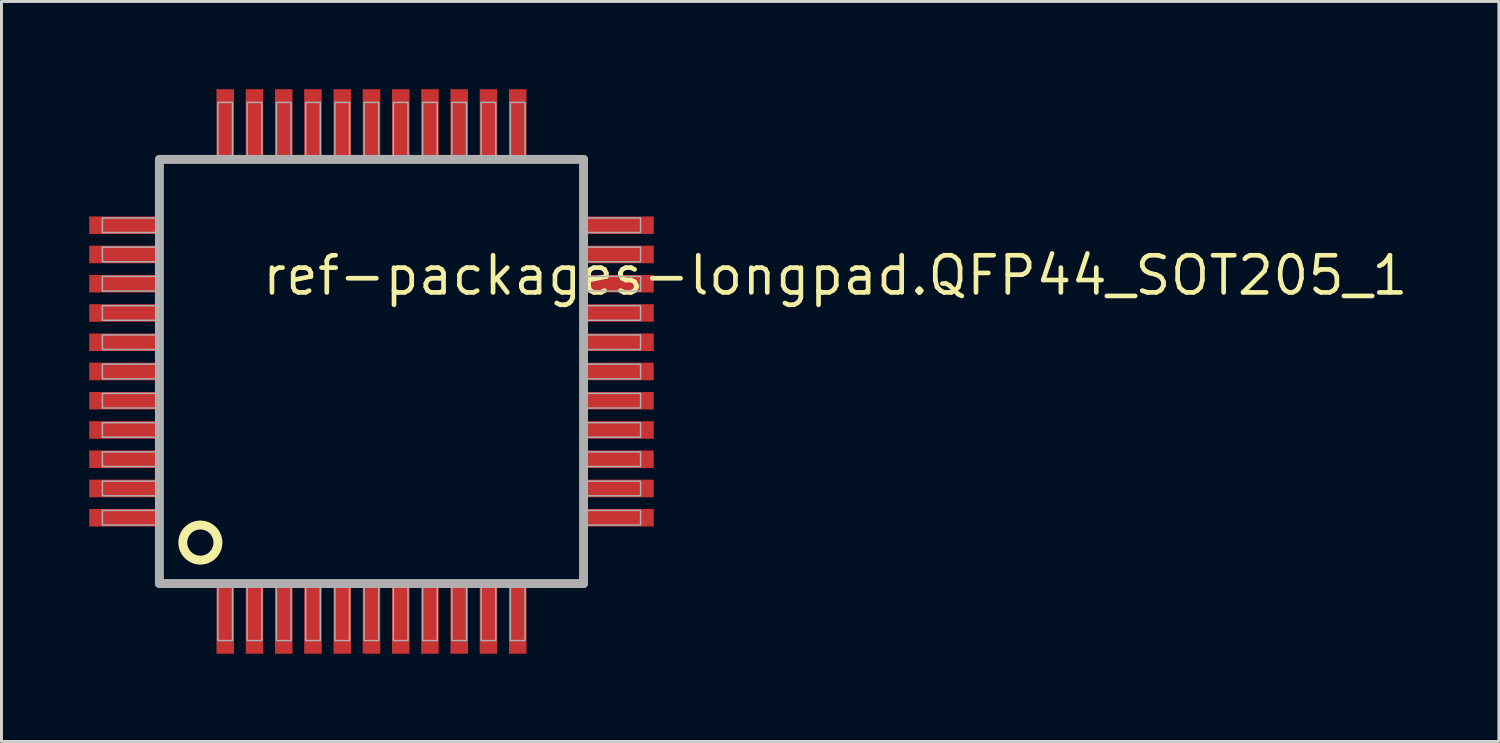
<source format=kicad_pcb>
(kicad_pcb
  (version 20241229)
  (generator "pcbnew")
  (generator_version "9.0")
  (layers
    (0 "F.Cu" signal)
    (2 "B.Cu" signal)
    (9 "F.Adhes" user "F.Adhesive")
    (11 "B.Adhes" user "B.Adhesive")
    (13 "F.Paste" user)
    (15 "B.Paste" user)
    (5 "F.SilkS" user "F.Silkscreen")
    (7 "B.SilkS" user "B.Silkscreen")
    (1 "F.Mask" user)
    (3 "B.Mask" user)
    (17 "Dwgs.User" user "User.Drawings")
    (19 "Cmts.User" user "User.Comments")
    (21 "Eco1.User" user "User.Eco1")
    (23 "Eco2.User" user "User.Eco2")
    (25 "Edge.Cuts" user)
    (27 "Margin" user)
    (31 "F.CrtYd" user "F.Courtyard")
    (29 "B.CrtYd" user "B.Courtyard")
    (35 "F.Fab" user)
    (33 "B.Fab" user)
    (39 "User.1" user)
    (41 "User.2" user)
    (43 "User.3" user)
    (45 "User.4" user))
  (footprint "ref-packages-longpad.QFP44_SOT205_1"
    (layer "F.Cu")
    (at 9.65 9.65)
    (property "Reference" "ref-packages-longpad.QFP44_SOT205_1" (at -3.81 -2.54 0) (layer "F.SilkS") (effects (font (size 1.27 1.27) (thickness 0.16)) (justify left bottom)))
    (attr smd)
    (fp_circle (center -5.85 5.85) (end -5.25 5.85) (stroke (width 0.305) (type default)) (fill no) (layer "F.SilkS"))
    (fp_line (start -7.25 -7.25) (end 7.25 -7.25) (stroke (width 0.305) (type default)) (layer "F.Fab"))
    (fp_line (start -7.25 7.25) (end -7.25 -7.25) (stroke (width 0.305) (type default)) (layer "F.Fab"))
    (fp_line (start 7.25 -7.25) (end 7.25 7.25) (stroke (width 0.305) (type default)) (layer "F.Fab"))
    (fp_line (start 7.25 7.25) (end -7.25 7.25) (stroke (width 0.305) (type default)) (layer "F.Fab"))
    (fp_rect (start -9.2 -4.75) (end -7.35 -5.25) (stroke (width 0.05) (type default)) (fill no) (layer "F.Fab"))
    (fp_rect (start -9.2 -3.75) (end -7.35 -4.25) (stroke (width 0.05) (type default)) (fill no) (layer "F.Fab"))
    (fp_rect (start -9.2 -2.75) (end -7.35 -3.25) (stroke (width 0.05) (type default)) (fill no) (layer "F.Fab"))
    (fp_rect (start -9.2 -1.75) (end -7.35 -2.25) (stroke (width 0.05) (type default)) (fill no) (layer "F.Fab"))
    (fp_rect (start -9.2 -0.75) (end -7.35 -1.25) (stroke (width 0.05) (type default)) (fill no) (layer "F.Fab"))
    (fp_rect (start -9.2 0.25) (end -7.35 -0.25) (stroke (width 0.05) (type default)) (fill no) (layer "F.Fab"))
    (fp_rect (start -9.2 1.25) (end -7.35 0.75) (stroke (width 0.05) (type default)) (fill no) (layer "F.Fab"))
    (fp_rect (start -9.2 2.25) (end -7.35 1.75) (stroke (width 0.05) (type default)) (fill no) (layer "F.Fab"))
    (fp_rect (start -9.2 3.25) (end -7.35 2.75) (stroke (width 0.05) (type default)) (fill no) (layer "F.Fab"))
    (fp_rect (start -9.2 4.25) (end -7.35 3.75) (stroke (width 0.05) (type default)) (fill no) (layer "F.Fab"))
    (fp_rect (start -9.2 5.25) (end -7.35 4.75) (stroke (width 0.05) (type default)) (fill no) (layer "F.Fab"))
    (fp_rect (start -5.25 -7.35) (end -4.75 -9.2) (stroke (width 0.05) (type default)) (fill no) (layer "F.Fab"))
    (fp_rect (start -5.25 9.2) (end -4.75 7.35) (stroke (width 0.05) (type default)) (fill no) (layer "F.Fab"))
    (fp_rect (start -4.25 -7.35) (end -3.75 -9.2) (stroke (width 0.05) (type default)) (fill no) (layer "F.Fab"))
    (fp_rect (start -4.25 9.2) (end -3.75 7.35) (stroke (width 0.05) (type default)) (fill no) (layer "F.Fab"))
    (fp_rect (start -3.25 -7.35) (end -2.75 -9.2) (stroke (width 0.05) (type default)) (fill no) (layer "F.Fab"))
    (fp_rect (start -3.25 9.2) (end -2.75 7.35) (stroke (width 0.05) (type default)) (fill no) (layer "F.Fab"))
    (fp_rect (start -2.25 -7.35) (end -1.75 -9.2) (stroke (width 0.05) (type default)) (fill no) (layer "F.Fab"))
    (fp_rect (start -2.25 9.2) (end -1.75 7.35) (stroke (width 0.05) (type default)) (fill no) (layer "F.Fab"))
    (fp_rect (start -1.25 -7.35) (end -0.75 -9.2) (stroke (width 0.05) (type default)) (fill no) (layer "F.Fab"))
    (fp_rect (start -1.25 9.2) (end -0.75 7.35) (stroke (width 0.05) (type default)) (fill no) (layer "F.Fab"))
    (fp_rect (start -0.25 -7.35) (end 0.25 -9.2) (stroke (width 0.05) (type default)) (fill no) (layer "F.Fab"))
    (fp_rect (start -0.25 9.2) (end 0.25 7.35) (stroke (width 0.05) (type default)) (fill no) (layer "F.Fab"))
    (fp_rect (start 0.75 -7.35) (end 1.25 -9.2) (stroke (width 0.05) (type default)) (fill no) (layer "F.Fab"))
    (fp_rect (start 0.75 9.2) (end 1.25 7.35) (stroke (width 0.05) (type default)) (fill no) (layer "F.Fab"))
    (fp_rect (start 1.75 -7.35) (end 2.25 -9.2) (stroke (width 0.05) (type default)) (fill no) (layer "F.Fab"))
    (fp_rect (start 1.75 9.2) (end 2.25 7.35) (stroke (width 0.05) (type default)) (fill no) (layer "F.Fab"))
    (fp_rect (start 2.75 -7.35) (end 3.25 -9.2) (stroke (width 0.05) (type default)) (fill no) (layer "F.Fab"))
    (fp_rect (start 2.75 9.2) (end 3.25 7.35) (stroke (width 0.05) (type default)) (fill no) (layer "F.Fab"))
    (fp_rect (start 3.75 -7.35) (end 4.25 -9.2) (stroke (width 0.05) (type default)) (fill no) (layer "F.Fab"))
    (fp_rect (start 3.75 9.2) (end 4.25 7.35) (stroke (width 0.05) (type default)) (fill no) (layer "F.Fab"))
    (fp_rect (start 4.75 -7.35) (end 5.25 -9.2) (stroke (width 0.05) (type default)) (fill no) (layer "F.Fab"))
    (fp_rect (start 4.75 9.2) (end 5.25 7.35) (stroke (width 0.05) (type default)) (fill no) (layer "F.Fab"))
    (fp_rect (start 7.35 -4.75) (end 9.2 -5.25) (stroke (width 0.05) (type default)) (fill no) (layer "F.Fab"))
    (fp_rect (start 7.35 -3.75) (end 9.2 -4.25) (stroke (width 0.05) (type default)) (fill no) (layer "F.Fab"))
    (fp_rect (start 7.35 -2.75) (end 9.2 -3.25) (stroke (width 0.05) (type default)) (fill no) (layer "F.Fab"))
    (fp_rect (start 7.35 -1.75) (end 9.2 -2.25) (stroke (width 0.05) (type default)) (fill no) (layer "F.Fab"))
    (fp_rect (start 7.35 -0.75) (end 9.2 -1.25) (stroke (width 0.05) (type default)) (fill no) (layer "F.Fab"))
    (fp_rect (start 7.35 0.25) (end 9.2 -0.25) (stroke (width 0.05) (type default)) (fill no) (layer "F.Fab"))
    (fp_rect (start 7.35 1.25) (end 9.2 0.75) (stroke (width 0.05) (type default)) (fill no) (layer "F.Fab"))
    (fp_rect (start 7.35 2.25) (end 9.2 1.75) (stroke (width 0.05) (type default)) (fill no) (layer "F.Fab"))
    (fp_rect (start 7.35 3.25) (end 9.2 2.75) (stroke (width 0.05) (type default)) (fill no) (layer "F.Fab"))
    (fp_rect (start 7.35 4.25) (end 9.2 3.75) (stroke (width 0.05) (type default)) (fill no) (layer "F.Fab"))
    (fp_rect (start 7.35 5.25) (end 9.2 4.75) (stroke (width 0.05) (type default)) (fill no) (layer "F.Fab"))
    (pad "1" smd roundrect (at -5 8.5) (size 0.6 2.3) (layers "F.Cu" "F.Mask" "F.Paste") (roundrect_rratio 0.01))
    (pad "2" smd roundrect (at -4 8.5) (size 0.6 2.3) (layers "F.Cu" "F.Mask" "F.Paste") (roundrect_rratio 0.01))
    (pad "3" smd roundrect (at -3 8.5) (size 0.6 2.3) (layers "F.Cu" "F.Mask" "F.Paste") (roundrect_rratio 0.01))
    (pad "4" smd roundrect (at -2 8.5) (size 0.6 2.3) (layers "F.Cu" "F.Mask" "F.Paste") (roundrect_rratio 0.01))
    (pad "5" smd roundrect (at -1 8.5) (size 0.6 2.3) (layers "F.Cu" "F.Mask" "F.Paste") (roundrect_rratio 0.01))
    (pad "6" smd roundrect (at 0 8.5) (size 0.6 2.3) (layers "F.Cu" "F.Mask" "F.Paste") (roundrect_rratio 0.01))
    (pad "7" smd roundrect (at 1 8.5) (size 0.6 2.3) (layers "F.Cu" "F.Mask" "F.Paste") (roundrect_rratio 0.01))
    (pad "8" smd roundrect (at 2 8.5) (size 0.6 2.3) (layers "F.Cu" "F.Mask" "F.Paste") (roundrect_rratio 0.01))
    (pad "9" smd roundrect (at 3 8.5) (size 0.6 2.3) (layers "F.Cu" "F.Mask" "F.Paste") (roundrect_rratio 0.01))
    (pad "10" smd roundrect (at 4 8.5) (size 0.6 2.3) (layers "F.Cu" "F.Mask" "F.Paste") (roundrect_rratio 0.01))
    (pad "11" smd roundrect (at 5 8.5) (size 0.6 2.3) (layers "F.Cu" "F.Mask" "F.Paste") (roundrect_rratio 0.01))
    (pad "12" smd roundrect (at 8.5 5) (size 2.3 0.6) (layers "F.Cu" "F.Mask" "F.Paste") (roundrect_rratio 0.01))
    (pad "13" smd roundrect (at 8.5 4) (size 2.3 0.6) (layers "F.Cu" "F.Mask" "F.Paste") (roundrect_rratio 0.01))
    (pad "14" smd roundrect (at 8.5 3) (size 2.3 0.6) (layers "F.Cu" "F.Mask" "F.Paste") (roundrect_rratio 0.01))
    (pad "15" smd roundrect (at 8.5 2) (size 2.3 0.6) (layers "F.Cu" "F.Mask" "F.Paste") (roundrect_rratio 0.01))
    (pad "16" smd roundrect (at 8.5 1) (size 2.3 0.6) (layers "F.Cu" "F.Mask" "F.Paste") (roundrect_rratio 0.01))
    (pad "17" smd roundrect (at 8.5 0) (size 2.3 0.6) (layers "F.Cu" "F.Mask" "F.Paste") (roundrect_rratio 0.01))
    (pad "18" smd roundrect (at 8.5 -1) (size 2.3 0.6) (layers "F.Cu" "F.Mask" "F.Paste") (roundrect_rratio 0.01))
    (pad "19" smd roundrect (at 8.5 -2) (size 2.3 0.6) (layers "F.Cu" "F.Mask" "F.Paste") (roundrect_rratio 0.01))
    (pad "20" smd roundrect (at 8.5 -3) (size 2.3 0.6) (layers "F.Cu" "F.Mask" "F.Paste") (roundrect_rratio 0.01))
    (pad "21" smd roundrect (at 8.5 -4) (size 2.3 0.6) (layers "F.Cu" "F.Mask" "F.Paste") (roundrect_rratio 0.01))
    (pad "22" smd roundrect (at 8.5 -5) (size 2.3 0.6) (layers "F.Cu" "F.Mask" "F.Paste") (roundrect_rratio 0.01))
    (pad "23" smd roundrect (at 5 -8.5) (size 0.6 2.3) (layers "F.Cu" "F.Mask" "F.Paste") (roundrect_rratio 0.01))
    (pad "24" smd roundrect (at 4 -8.5) (size 0.6 2.3) (layers "F.Cu" "F.Mask" "F.Paste") (roundrect_rratio 0.01))
    (pad "25" smd roundrect (at 3 -8.5) (size 0.6 2.3) (layers "F.Cu" "F.Mask" "F.Paste") (roundrect_rratio 0.01))
    (pad "26" smd roundrect (at 2 -8.5) (size 0.6 2.3) (layers "F.Cu" "F.Mask" "F.Paste") (roundrect_rratio 0.01))
    (pad "27" smd roundrect (at 1 -8.5) (size 0.6 2.3) (layers "F.Cu" "F.Mask" "F.Paste") (roundrect_rratio 0.01))
    (pad "28" smd roundrect (at 0 -8.5) (size 0.6 2.3) (layers "F.Cu" "F.Mask" "F.Paste") (roundrect_rratio 0.01))
    (pad "29" smd roundrect (at -1 -8.5) (size 0.6 2.3) (layers "F.Cu" "F.Mask" "F.Paste") (roundrect_rratio 0.01))
    (pad "30" smd roundrect (at -2 -8.5) (size 0.6 2.3) (layers "F.Cu" "F.Mask" "F.Paste") (roundrect_rratio 0.01))
    (pad "31" smd roundrect (at -3 -8.5) (size 0.6 2.3) (layers "F.Cu" "F.Mask" "F.Paste") (roundrect_rratio 0.01))
    (pad "32" smd roundrect (at -4 -8.5) (size 0.6 2.3) (layers "F.Cu" "F.Mask" "F.Paste") (roundrect_rratio 0.01))
    (pad "33" smd roundrect (at -5 -8.5) (size 0.6 2.3) (layers "F.Cu" "F.Mask" "F.Paste") (roundrect_rratio 0.01))
    (pad "34" smd roundrect (at -8.5 -5) (size 2.3 0.6) (layers "F.Cu" "F.Mask" "F.Paste") (roundrect_rratio 0.01))
    (pad "35" smd roundrect (at -8.5 -4) (size 2.3 0.6) (layers "F.Cu" "F.Mask" "F.Paste") (roundrect_rratio 0.01))
    (pad "36" smd roundrect (at -8.5 -3) (size 2.3 0.6) (layers "F.Cu" "F.Mask" "F.Paste") (roundrect_rratio 0.01))
    (pad "37" smd roundrect (at -8.5 -2) (size 2.3 0.6) (layers "F.Cu" "F.Mask" "F.Paste") (roundrect_rratio 0.01))
    (pad "38" smd roundrect (at -8.5 -1) (size 2.3 0.6) (layers "F.Cu" "F.Mask" "F.Paste") (roundrect_rratio 0.01))
    (pad "39" smd roundrect (at -8.5 0) (size 2.3 0.6) (layers "F.Cu" "F.Mask" "F.Paste") (roundrect_rratio 0.01))
    (pad "40" smd roundrect (at -8.5 1) (size 2.3 0.6) (layers "F.Cu" "F.Mask" "F.Paste") (roundrect_rratio 0.01))
    (pad "41" smd roundrect (at -8.5 2) (size 2.3 0.6) (layers "F.Cu" "F.Mask" "F.Paste") (roundrect_rratio 0.01))
    (pad "42" smd roundrect (at -8.5 3) (size 2.3 0.6) (layers "F.Cu" "F.Mask" "F.Paste") (roundrect_rratio 0.01))
    (pad "43" smd roundrect (at -8.5 4) (size 2.3 0.6) (layers "F.Cu" "F.Mask" "F.Paste") (roundrect_rratio 0.01))
    (pad "44" smd roundrect (at -8.5 5) (size 2.3 0.6) (layers "F.Cu" "F.Mask" "F.Paste") (roundrect_rratio 0.01)))
  (gr_rect
    (start -3 -3)
    (end 48.194 22.3)
    (stroke (width 0.1) (type default))
    (fill no)
    (layer "Edge.Cuts")))
</source>
